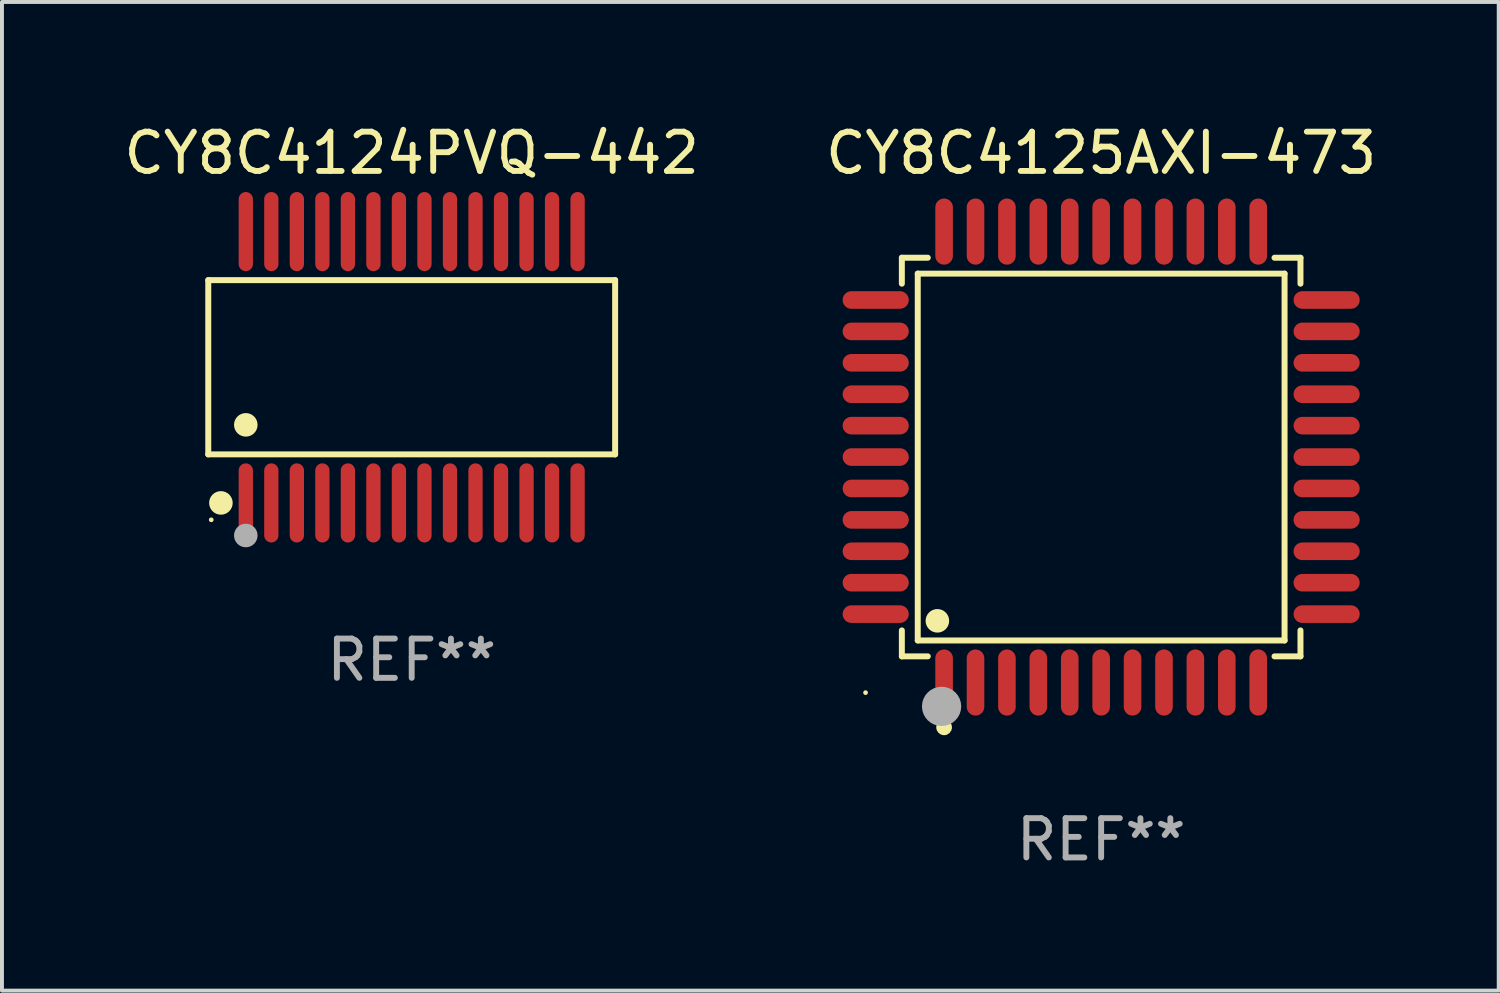
<source format=kicad_pcb>
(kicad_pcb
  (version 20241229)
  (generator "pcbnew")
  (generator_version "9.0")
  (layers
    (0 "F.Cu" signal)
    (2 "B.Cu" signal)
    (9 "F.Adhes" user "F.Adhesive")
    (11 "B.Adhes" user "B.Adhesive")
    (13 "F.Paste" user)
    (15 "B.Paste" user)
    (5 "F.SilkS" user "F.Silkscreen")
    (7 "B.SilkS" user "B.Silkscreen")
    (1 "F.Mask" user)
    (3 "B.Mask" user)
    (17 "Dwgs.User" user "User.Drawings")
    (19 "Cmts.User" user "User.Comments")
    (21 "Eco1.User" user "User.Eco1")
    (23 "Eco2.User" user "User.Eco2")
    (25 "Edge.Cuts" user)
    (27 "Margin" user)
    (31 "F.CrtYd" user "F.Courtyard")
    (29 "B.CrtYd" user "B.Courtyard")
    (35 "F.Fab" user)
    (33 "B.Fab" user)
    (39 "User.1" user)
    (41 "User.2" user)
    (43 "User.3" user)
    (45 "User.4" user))
  (footprint "CY8C4124PVQ-442"
    (layer "F.Cu")
    (at 7.435 6.303)
    (property "Reference" "CY8C4124PVQ-442" (at 0 -5.455 0) (layer "F.SilkS") (effects (font (size 1 1) (thickness 0.15))))
    (attr through_hole)
    (fp_line (start -5.181 -2.219) (end 5.181 -2.219) (stroke (width 0.152) (type solid)) (layer "F.SilkS"))
    (fp_line (start -5.181 2.219) (end -5.181 -2.219) (stroke (width 0.152) (type solid)) (layer "F.SilkS"))
    (fp_line (start 5.181 -2.219) (end 5.181 2.219) (stroke (width 0.152) (type solid)) (layer "F.SilkS"))
    (fp_line (start 5.181 2.219) (end -5.181 2.219) (stroke (width 0.152) (type solid)) (layer "F.SilkS"))
    (fp_circle (center -5.105 3.885) (end -5.075 3.885) (stroke (width 0.06) (type solid)) (fill no) (layer "F.SilkS"))
    (fp_circle (center -4.859 3.455) (end -4.709 3.455) (stroke (width 0.3) (type solid)) (fill no) (layer "F.SilkS"))
    (fp_circle (center -4.225 1.467) (end -4.075 1.467) (stroke (width 0.3) (type solid)) (fill no) (layer "F.SilkS"))
    (fp_circle (center -4.225 4.285) (end -4.075 4.285) (stroke (width 0.3) (type solid)) (fill no) (layer "F.Fab"))
    (fp_text user "REF**" (at 0 7.455 0) (layer "F.Fab") (effects (font (size 1 1) (thickness 0.15))))
    (pad "1" smd oval (at -4.225 3.455) (size 0.364 2.015) (layers "F.Cu" "F.Mask" "F.Paste"))
    (pad "2" smd oval (at -3.575 3.455) (size 0.364 2.015) (layers "F.Cu" "F.Mask" "F.Paste"))
    (pad "3" smd oval (at -2.925 3.455) (size 0.364 2.015) (layers "F.Cu" "F.Mask" "F.Paste"))
    (pad "4" smd oval (at -2.275 3.455) (size 0.364 2.015) (layers "F.Cu" "F.Mask" "F.Paste"))
    (pad "5" smd oval (at -1.625 3.455) (size 0.364 2.015) (layers "F.Cu" "F.Mask" "F.Paste"))
    (pad "6" smd oval (at -0.975 3.455) (size 0.364 2.015) (layers "F.Cu" "F.Mask" "F.Paste"))
    (pad "7" smd oval (at -0.325 3.455) (size 0.364 2.015) (layers "F.Cu" "F.Mask" "F.Paste"))
    (pad "8" smd oval (at 0.325 3.455) (size 0.364 2.015) (layers "F.Cu" "F.Mask" "F.Paste"))
    (pad "9" smd oval (at 0.975 3.455) (size 0.364 2.015) (layers "F.Cu" "F.Mask" "F.Paste"))
    (pad "10" smd oval (at 1.625 3.455) (size 0.364 2.015) (layers "F.Cu" "F.Mask" "F.Paste"))
    (pad "11" smd oval (at 2.275 3.455) (size 0.364 2.015) (layers "F.Cu" "F.Mask" "F.Paste"))
    (pad "12" smd oval (at 2.925 3.455) (size 0.364 2.015) (layers "F.Cu" "F.Mask" "F.Paste"))
    (pad "13" smd oval (at 3.575 3.455) (size 0.364 2.015) (layers "F.Cu" "F.Mask" "F.Paste"))
    (pad "14" smd oval (at 4.225 3.455) (size 0.364 2.015) (layers "F.Cu" "F.Mask" "F.Paste"))
    (pad "15" smd oval (at 4.225 -3.455) (size 0.364 2.015) (layers "F.Cu" "F.Mask" "F.Paste"))
    (pad "16" smd oval (at 3.575 -3.455) (size 0.364 2.015) (layers "F.Cu" "F.Mask" "F.Paste"))
    (pad "17" smd oval (at 2.925 -3.455) (size 0.364 2.015) (layers "F.Cu" "F.Mask" "F.Paste"))
    (pad "18" smd oval (at 2.275 -3.455) (size 0.364 2.015) (layers "F.Cu" "F.Mask" "F.Paste"))
    (pad "19" smd oval (at 1.625 -3.455) (size 0.364 2.015) (layers "F.Cu" "F.Mask" "F.Paste"))
    (pad "20" smd oval (at 0.975 -3.455) (size 0.364 2.015) (layers "F.Cu" "F.Mask" "F.Paste"))
    (pad "21" smd oval (at 0.325 -3.455) (size 0.364 2.015) (layers "F.Cu" "F.Mask" "F.Paste"))
    (pad "22" smd oval (at -0.325 -3.455) (size 0.364 2.015) (layers "F.Cu" "F.Mask" "F.Paste"))
    (pad "23" smd oval (at -0.975 -3.455) (size 0.364 2.015) (layers "F.Cu" "F.Mask" "F.Paste"))
    (pad "24" smd oval (at -1.625 -3.455) (size 0.364 2.015) (layers "F.Cu" "F.Mask" "F.Paste"))
    (pad "25" smd oval (at -2.275 -3.455) (size 0.364 2.015) (layers "F.Cu" "F.Mask" "F.Paste"))
    (pad "26" smd oval (at -2.925 -3.455) (size 0.364 2.015) (layers "F.Cu" "F.Mask" "F.Paste"))
    (pad "27" smd oval (at -3.575 -3.455) (size 0.364 2.015) (layers "F.Cu" "F.Mask" "F.Paste"))
    (pad "28" smd oval (at -4.225 -3.455) (size 0.364 2.015) (layers "F.Cu" "F.Mask" "F.Paste")))
  (footprint "CY8C4125AXI-473"
    (layer "F.Cu")
    (at 24.994 8.59)
    (property "Reference" "CY8C4125AXI-473" (at 0 -7.742 0) (layer "F.SilkS") (effects (font (size 1 1) (thickness 0.15))))
    (attr through_hole)
    (fp_line (start -5.076 -5.076) (end -4.415 -5.076) (stroke (width 0.152) (type solid)) (layer "F.SilkS"))
    (fp_line (start -5.076 -4.415) (end -5.076 -5.076) (stroke (width 0.152) (type solid)) (layer "F.SilkS"))
    (fp_line (start -5.076 4.415) (end -5.076 5.076) (stroke (width 0.152) (type solid)) (layer "F.SilkS"))
    (fp_line (start -5.076 5.076) (end -4.415 5.076) (stroke (width 0.152) (type solid)) (layer "F.SilkS"))
    (fp_line (start -4.671 -4.671) (end 4.671 -4.671) (stroke (width 0.152) (type solid)) (layer "F.SilkS"))
    (fp_line (start -4.671 4.671) (end -4.671 -4.671) (stroke (width 0.152) (type solid)) (layer "F.SilkS"))
    (fp_line (start 4.671 -4.671) (end 4.671 4.671) (stroke (width 0.152) (type solid)) (layer "F.SilkS"))
    (fp_line (start 4.671 4.671) (end -4.671 4.671) (stroke (width 0.152) (type solid)) (layer "F.SilkS"))
    (fp_line (start 5.076 -5.076) (end 4.415 -5.076) (stroke (width 0.152) (type solid)) (layer "F.SilkS"))
    (fp_line (start 5.076 -4.415) (end 5.076 -5.076) (stroke (width 0.152) (type solid)) (layer "F.SilkS"))
    (fp_line (start 5.076 4.415) (end 5.076 5.076) (stroke (width 0.152) (type solid)) (layer "F.SilkS"))
    (fp_line (start 5.076 5.076) (end 4.415 5.076) (stroke (width 0.152) (type solid)) (layer "F.SilkS"))
    (fp_circle (center -6 6) (end -5.97 6) (stroke (width 0.06) (type solid)) (fill no) (layer "F.SilkS"))
    (fp_circle (center -4.171 4.171) (end -4.021 4.171) (stroke (width 0.3) (type solid)) (fill no) (layer "F.SilkS"))
    (fp_circle (center -4 6.884) (end -3.9 6.884) (stroke (width 0.2) (type solid)) (fill no) (layer "F.SilkS"))
    (fp_circle (center -4.064 6.35) (end -3.814 6.35) (stroke (width 0.5) (type solid)) (fill no) (layer "F.Fab"))
    (fp_text user "REF**" (at 0 9.742 0) (layer "F.Fab") (effects (font (size 1 1) (thickness 0.15))))
    (pad "1" smd oval (at -4 5.742) (size 0.448 1.684) (layers "F.Cu" "F.Mask" "F.Paste"))
    (pad "2" smd oval (at -3.2 5.742) (size 0.448 1.684) (layers "F.Cu" "F.Mask" "F.Paste"))
    (pad "3" smd oval (at -2.4 5.742) (size 0.448 1.684) (layers "F.Cu" "F.Mask" "F.Paste"))
    (pad "4" smd oval (at -1.6 5.742) (size 0.448 1.684) (layers "F.Cu" "F.Mask" "F.Paste"))
    (pad "5" smd oval (at -0.8 5.742) (size 0.448 1.684) (layers "F.Cu" "F.Mask" "F.Paste"))
    (pad "6" smd oval (at 0 5.742) (size 0.448 1.684) (layers "F.Cu" "F.Mask" "F.Paste"))
    (pad "7" smd oval (at 0.8 5.742) (size 0.448 1.684) (layers "F.Cu" "F.Mask" "F.Paste"))
    (pad "8" smd oval (at 1.6 5.742) (size 0.448 1.684) (layers "F.Cu" "F.Mask" "F.Paste"))
    (pad "9" smd oval (at 2.4 5.742) (size 0.448 1.684) (layers "F.Cu" "F.Mask" "F.Paste"))
    (pad "10" smd oval (at 3.2 5.742) (size 0.448 1.684) (layers "F.Cu" "F.Mask" "F.Paste"))
    (pad "11" smd oval (at 4 5.742) (size 0.448 1.684) (layers "F.Cu" "F.Mask" "F.Paste"))
    (pad "12" smd oval (at 5.742 4) (size 1.684 0.448) (layers "F.Cu" "F.Mask" "F.Paste"))
    (pad "13" smd oval (at 5.742 3.2) (size 1.684 0.448) (layers "F.Cu" "F.Mask" "F.Paste"))
    (pad "14" smd oval (at 5.742 2.4) (size 1.684 0.448) (layers "F.Cu" "F.Mask" "F.Paste"))
    (pad "15" smd oval (at 5.742 1.6) (size 1.684 0.448) (layers "F.Cu" "F.Mask" "F.Paste"))
    (pad "16" smd oval (at 5.742 0.8) (size 1.684 0.448) (layers "F.Cu" "F.Mask" "F.Paste"))
    (pad "17" smd oval (at 5.742 0) (size 1.684 0.448) (layers "F.Cu" "F.Mask" "F.Paste"))
    (pad "18" smd oval (at 5.742 -0.8) (size 1.684 0.448) (layers "F.Cu" "F.Mask" "F.Paste"))
    (pad "19" smd oval (at 5.742 -1.6) (size 1.684 0.448) (layers "F.Cu" "F.Mask" "F.Paste"))
    (pad "20" smd oval (at 5.742 -2.4) (size 1.684 0.448) (layers "F.Cu" "F.Mask" "F.Paste"))
    (pad "21" smd oval (at 5.742 -3.2) (size 1.684 0.448) (layers "F.Cu" "F.Mask" "F.Paste"))
    (pad "22" smd oval (at 5.742 -4) (size 1.684 0.448) (layers "F.Cu" "F.Mask" "F.Paste"))
    (pad "23" smd oval (at 4 -5.742) (size 0.448 1.684) (layers "F.Cu" "F.Mask" "F.Paste"))
    (pad "24" smd oval (at 3.2 -5.742) (size 0.448 1.684) (layers "F.Cu" "F.Mask" "F.Paste"))
    (pad "25" smd oval (at 2.4 -5.742) (size 0.448 1.684) (layers "F.Cu" "F.Mask" "F.Paste"))
    (pad "26" smd oval (at 1.6 -5.742) (size 0.448 1.684) (layers "F.Cu" "F.Mask" "F.Paste"))
    (pad "27" smd oval (at 0.8 -5.742) (size 0.448 1.684) (layers "F.Cu" "F.Mask" "F.Paste"))
    (pad "28" smd oval (at 0 -5.742) (size 0.448 1.684) (layers "F.Cu" "F.Mask" "F.Paste"))
    (pad "29" smd oval (at -0.8 -5.742) (size 0.448 1.684) (layers "F.Cu" "F.Mask" "F.Paste"))
    (pad "30" smd oval (at -1.6 -5.742) (size 0.448 1.684) (layers "F.Cu" "F.Mask" "F.Paste"))
    (pad "31" smd oval (at -2.4 -5.742) (size 0.448 1.684) (layers "F.Cu" "F.Mask" "F.Paste"))
    (pad "32" smd oval (at -3.2 -5.742) (size 0.448 1.684) (layers "F.Cu" "F.Mask" "F.Paste"))
    (pad "33" smd oval (at -4 -5.742) (size 0.448 1.684) (layers "F.Cu" "F.Mask" "F.Paste"))
    (pad "34" smd oval (at -5.742 -4) (size 1.684 0.448) (layers "F.Cu" "F.Mask" "F.Paste"))
    (pad "35" smd oval (at -5.742 -3.2) (size 1.684 0.448) (layers "F.Cu" "F.Mask" "F.Paste"))
    (pad "36" smd oval (at -5.742 -2.4) (size 1.684 0.448) (layers "F.Cu" "F.Mask" "F.Paste"))
    (pad "37" smd oval (at -5.742 -1.6) (size 1.684 0.448) (layers "F.Cu" "F.Mask" "F.Paste"))
    (pad "38" smd oval (at -5.742 -0.8) (size 1.684 0.448) (layers "F.Cu" "F.Mask" "F.Paste"))
    (pad "39" smd oval (at -5.742 0) (size 1.684 0.448) (layers "F.Cu" "F.Mask" "F.Paste"))
    (pad "40" smd oval (at -5.742 0.8) (size 1.684 0.448) (layers "F.Cu" "F.Mask" "F.Paste"))
    (pad "41" smd oval (at -5.742 1.6) (size 1.684 0.448) (layers "F.Cu" "F.Mask" "F.Paste"))
    (pad "42" smd oval (at -5.742 2.4) (size 1.684 0.448) (layers "F.Cu" "F.Mask" "F.Paste"))
    (pad "43" smd oval (at -5.742 3.2) (size 1.684 0.448) (layers "F.Cu" "F.Mask" "F.Paste"))
    (pad "44" smd oval (at -5.742 4) (size 1.684 0.448) (layers "F.Cu" "F.Mask" "F.Paste")))
  (gr_rect
    (start -3 -3)
    (end 35.119 22.18)
    (stroke (width 0.1) (type default))
    (fill no)
    (layer "Edge.Cuts")))
</source>
